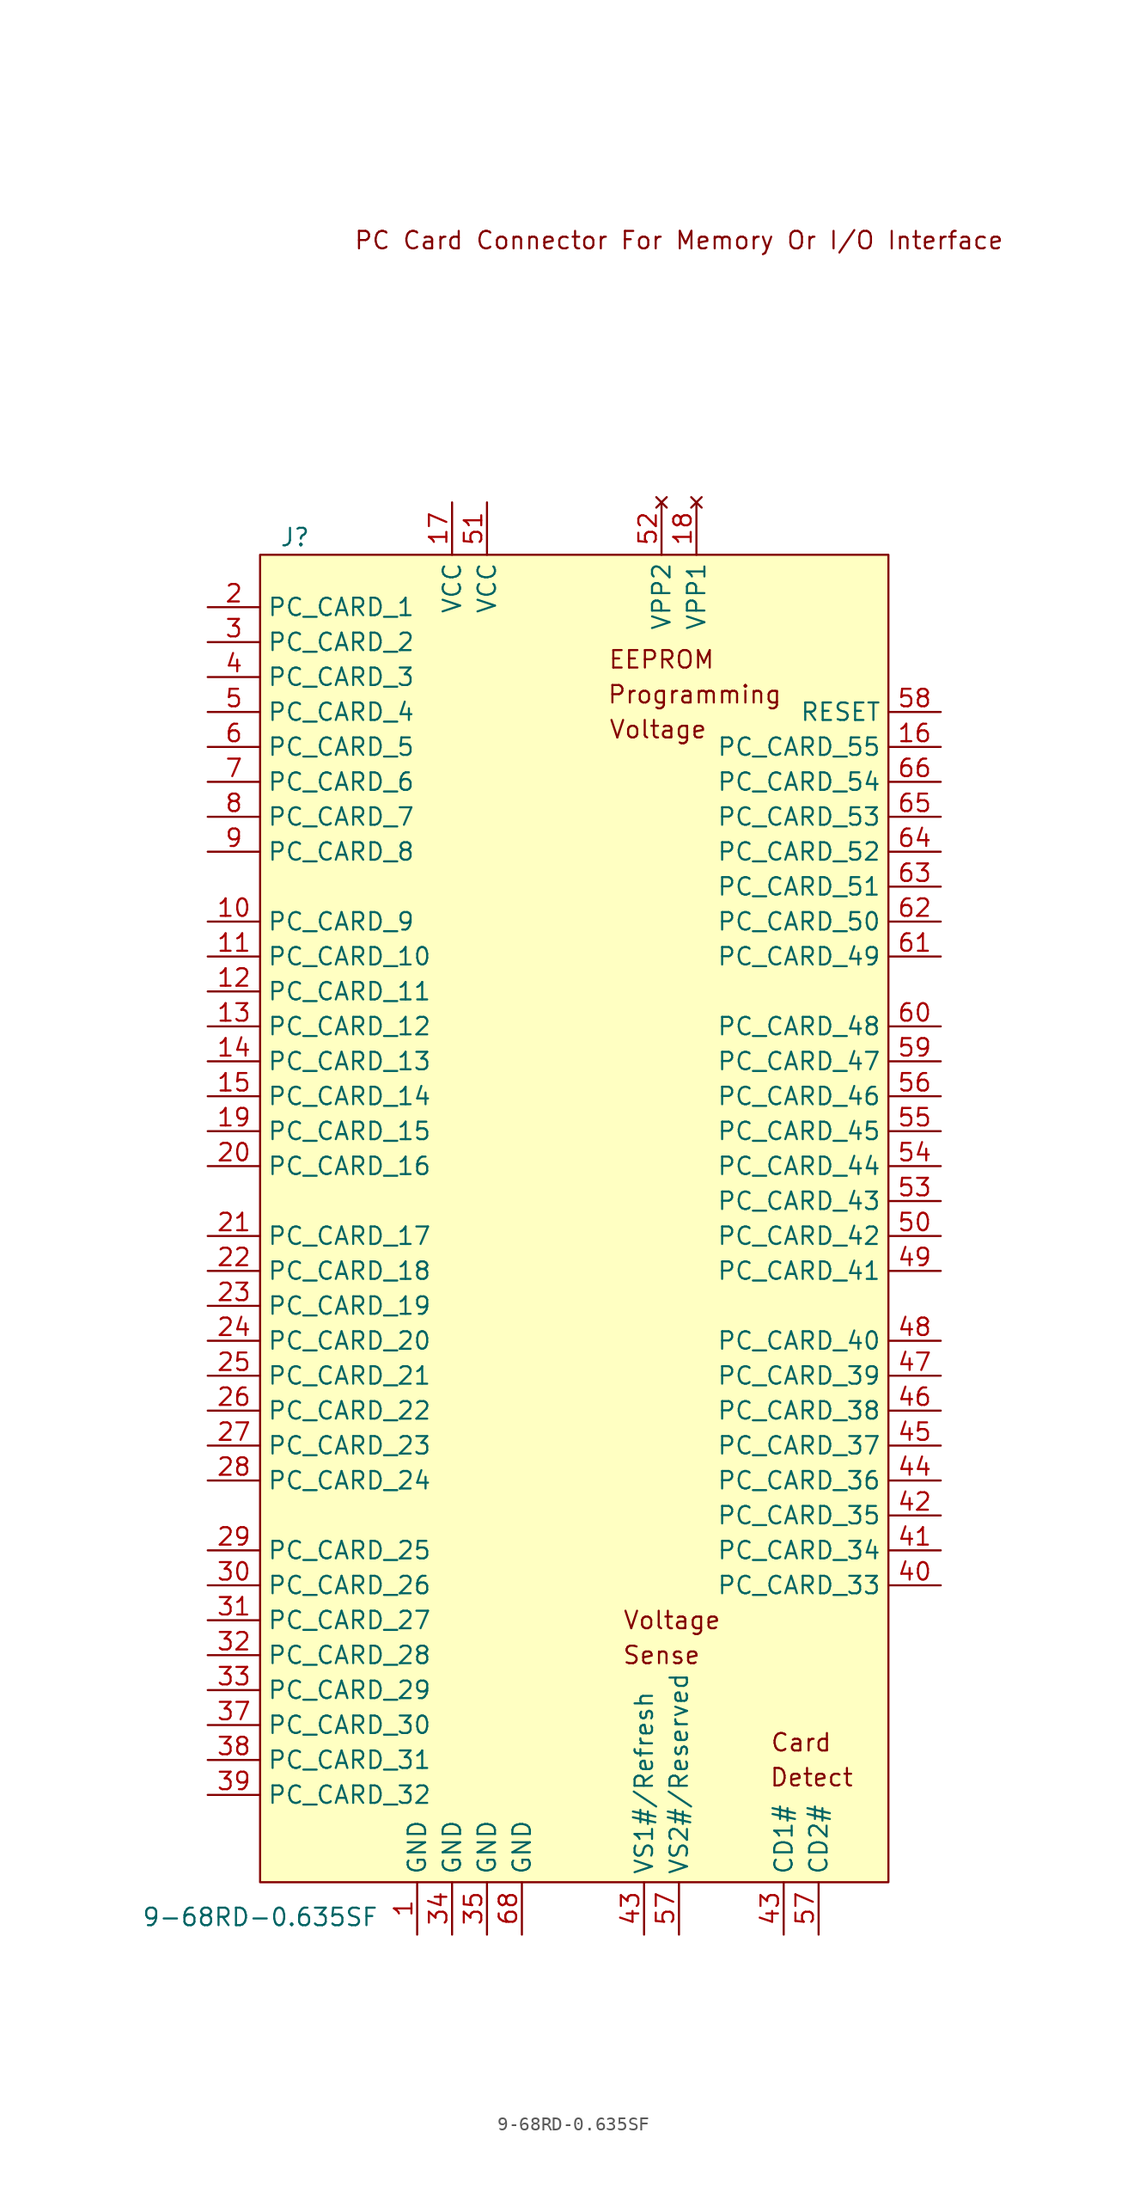
<source format=kicad_sym>
(kicad_symbol_lib
  (version 20211014)
  (generator kicad_symbol_editor)
  (symbol "9-68RD-0.635SF"
    (property "Reference" "J"
      (at -20.32 48.26 0)
      (effects (font (size 1.27 1.27))))
    (property "Value" "9-68RD-0.635SF"
      (at -22.86 -52.07 0)
      (effects (font (size 1.27 1.27))))
    (symbol "9-68RD-0.635SF_0_0"
      (text "Card" (at 16.51 -39.37 0) (effects (font (size 1.27 1.27))))
      (text "Detect" (at 17.272 -41.91 0) (effects (font (size 1.27 1.27))))
      (text "EEPROM" (at 6.35 39.37 0) (effects (font (size 1.27 1.27))))
      (text "PC Card Connector For Memory Or I/O Interface" (at 7.62 69.85 0) (effects (font (size 1.27 1.27))))
      (text "Programming" (at 8.763 36.83 0) (effects (font (size 1.27 1.27))))
      (text "Sense" (at 6.35 -33.02 0) (effects (font (size 1.27 1.27))))
      (text "Voltage" (at 6.096 34.29 0) (effects (font (size 1.27 1.27))))
      (text "Voltage" (at 7.112 -30.48 0) (effects (font (size 1.27 1.27)))))
    (symbol "9-68RD-0.635SF_0_1"
      (rectangle (start -22.86 46.99) (end 22.86 -49.53) (stroke (width 0) (type default) (color 0 0 0 0)) (fill (type background))))
    (symbol "9-68RD-0.635SF_1_1"
      (pin power_in line (at -11.43 -53.34 90) (length 3.81) (name "GND" (effects (font (size 1.27 1.27)))) (number "1" (effects (font (size 1.27 1.27)))))
      (pin bidirectional line (at -26.67 20.32 0) (length 3.81) (name "PC_CARD_9" (effects (font (size 1.27 1.27)))) (number "10" (effects (font (size 1.27 1.27)))))
      (pin bidirectional line (at -26.67 17.78 0) (length 3.81) (name "PC_CARD_10" (effects (font (size 1.27 1.27)))) (number "11" (effects (font (size 1.27 1.27)))))
      (pin bidirectional line (at -26.67 15.24 0) (length 3.81) (name "PC_CARD_11" (effects (font (size 1.27 1.27)))) (number "12" (effects (font (size 1.27 1.27)))))
      (pin bidirectional line (at -26.67 12.7 0) (length 3.81) (name "PC_CARD_12" (effects (font (size 1.27 1.27)))) (number "13" (effects (font (size 1.27 1.27)))))
      (pin bidirectional line (at -26.67 10.16 0) (length 3.81) (name "PC_CARD_13" (effects (font (size 1.27 1.27)))) (number "14" (effects (font (size 1.27 1.27)))))
      (pin bidirectional line (at -26.67 7.62 0) (length 3.81) (name "PC_CARD_14" (effects (font (size 1.27 1.27)))) (number "15" (effects (font (size 1.27 1.27)))))
      (pin bidirectional line (at 26.67 33.02 180) (length 3.81) (name "PC_CARD_55" (effects (font (size 1.27 1.27)))) (number "16" (effects (font (size 1.27 1.27)))))
      (pin power_in line (at -8.89 50.8 270) (length 3.81) (name "VCC" (effects (font (size 1.27 1.27)))) (number "17" (effects (font (size 1.27 1.27)))))
      (pin no_connect line (at 8.89 50.8 270) (length 3.81) (name "VPP1" (effects (font (size 1.27 1.27)))) (number "18" (effects (font (size 1.27 1.27)))))
      (pin bidirectional line (at -26.67 5.08 0) (length 3.81) (name "PC_CARD_15" (effects (font (size 1.27 1.27)))) (number "19" (effects (font (size 1.27 1.27)))))
      (pin bidirectional line (at -26.67 43.18 0) (length 3.81) (name "PC_CARD_1" (effects (font (size 1.27 1.27)))) (number "2" (effects (font (size 1.27 1.27)))))
      (pin bidirectional line (at -26.67 2.54 0) (length 3.81) (name "PC_CARD_16" (effects (font (size 1.27 1.27)))) (number "20" (effects (font (size 1.27 1.27)))))
      (pin bidirectional line (at -26.67 -2.54 0) (length 3.81) (name "PC_CARD_17" (effects (font (size 1.27 1.27)))) (number "21" (effects (font (size 1.27 1.27)))))
      (pin bidirectional line (at -26.67 -5.08 0) (length 3.81) (name "PC_CARD_18" (effects (font (size 1.27 1.27)))) (number "22" (effects (font (size 1.27 1.27)))))
      (pin bidirectional line (at -26.67 -7.62 0) (length 3.81) (name "PC_CARD_19" (effects (font (size 1.27 1.27)))) (number "23" (effects (font (size 1.27 1.27)))))
      (pin bidirectional line (at -26.67 -10.16 0) (length 3.81) (name "PC_CARD_20" (effects (font (size 1.27 1.27)))) (number "24" (effects (font (size 1.27 1.27)))))
      (pin bidirectional line (at -26.67 -12.7 0) (length 3.81) (name "PC_CARD_21" (effects (font (size 1.27 1.27)))) (number "25" (effects (font (size 1.27 1.27)))))
      (pin bidirectional line (at -26.67 -15.24 0) (length 3.81) (name "PC_CARD_22" (effects (font (size 1.27 1.27)))) (number "26" (effects (font (size 1.27 1.27)))))
      (pin bidirectional line (at -26.67 -17.78 0) (length 3.81) (name "PC_CARD_23" (effects (font (size 1.27 1.27)))) (number "27" (effects (font (size 1.27 1.27)))))
      (pin bidirectional line (at -26.67 -20.32 0) (length 3.81) (name "PC_CARD_24" (effects (font (size 1.27 1.27)))) (number "28" (effects (font (size 1.27 1.27)))))
      (pin bidirectional line (at -26.67 -25.4 0) (length 3.81) (name "PC_CARD_25" (effects (font (size 1.27 1.27)))) (number "29" (effects (font (size 1.27 1.27)))))
      (pin bidirectional line (at -26.67 40.64 0) (length 3.81) (name "PC_CARD_2" (effects (font (size 1.27 1.27)))) (number "3" (effects (font (size 1.27 1.27)))))
      (pin bidirectional line (at -26.67 -27.94 0) (length 3.81) (name "PC_CARD_26" (effects (font (size 1.27 1.27)))) (number "30" (effects (font (size 1.27 1.27)))))
      (pin bidirectional line (at -26.67 -30.48 0) (length 3.81) (name "PC_CARD_27" (effects (font (size 1.27 1.27)))) (number "31" (effects (font (size 1.27 1.27)))))
      (pin bidirectional line (at -26.67 -33.02 0) (length 3.81) (name "PC_CARD_28" (effects (font (size 1.27 1.27)))) (number "32" (effects (font (size 1.27 1.27)))))
      (pin bidirectional line (at -26.67 -35.56 0) (length 3.81) (name "PC_CARD_29" (effects (font (size 1.27 1.27)))) (number "33" (effects (font (size 1.27 1.27)))))
      (pin power_in line (at -8.89 -53.34 90) (length 3.81) (name "GND" (effects (font (size 1.27 1.27)))) (number "34" (effects (font (size 1.27 1.27)))))
      (pin power_in line (at -6.35 -53.34 90) (length 3.81) (name "GND" (effects (font (size 1.27 1.27)))) (number "35" (effects (font (size 1.27 1.27)))))
      (pin bidirectional line (at -26.67 -38.1 0) (length 3.81) (name "PC_CARD_30" (effects (font (size 1.27 1.27)))) (number "37" (effects (font (size 1.27 1.27)))))
      (pin bidirectional line (at -26.67 -40.64 0) (length 3.81) (name "PC_CARD_31" (effects (font (size 1.27 1.27)))) (number "38" (effects (font (size 1.27 1.27)))))
      (pin bidirectional line (at -26.67 -43.18 0) (length 3.81) (name "PC_CARD_32" (effects (font (size 1.27 1.27)))) (number "39" (effects (font (size 1.27 1.27)))))
      (pin bidirectional line (at -26.67 38.1 0) (length 3.81) (name "PC_CARD_3" (effects (font (size 1.27 1.27)))) (number "4" (effects (font (size 1.27 1.27)))))
      (pin bidirectional line (at 26.67 -27.94 180) (length 3.81) (name "PC_CARD_33" (effects (font (size 1.27 1.27)))) (number "40" (effects (font (size 1.27 1.27)))))
      (pin bidirectional line (at 26.67 -25.4 180) (length 3.81) (name "PC_CARD_34" (effects (font (size 1.27 1.27)))) (number "41" (effects (font (size 1.27 1.27)))))
      (pin bidirectional line (at 26.67 -22.86 180) (length 3.81) (name "PC_CARD_35" (effects (font (size 1.27 1.27)))) (number "42" (effects (font (size 1.27 1.27)))))
      (pin bidirectional line (at 15.24 -53.34 90) (length 3.81) (name "CD1#" (effects (font (size 1.27 1.27)))) (number "43" (effects (font (size 1.27 1.27)))))
      (pin bidirectional line (at 5.08 -53.34 90) (length 3.81) (name "VS1#/Refresh" (effects (font (size 1.27 1.27)))) (number "43" (effects (font (size 1.27 1.27)))))
      (pin bidirectional line (at 26.67 -20.32 180) (length 3.81) (name "PC_CARD_36" (effects (font (size 1.27 1.27)))) (number "44" (effects (font (size 1.27 1.27)))))
      (pin bidirectional line (at 26.67 -17.78 180) (length 3.81) (name "PC_CARD_37" (effects (font (size 1.27 1.27)))) (number "45" (effects (font (size 1.27 1.27)))))
      (pin bidirectional line (at 26.67 -15.24 180) (length 3.81) (name "PC_CARD_38" (effects (font (size 1.27 1.27)))) (number "46" (effects (font (size 1.27 1.27)))))
      (pin bidirectional line (at 26.67 -12.7 180) (length 3.81) (name "PC_CARD_39" (effects (font (size 1.27 1.27)))) (number "47" (effects (font (size 1.27 1.27)))))
      (pin bidirectional line (at 26.67 -10.16 180) (length 3.81) (name "PC_CARD_40" (effects (font (size 1.27 1.27)))) (number "48" (effects (font (size 1.27 1.27)))))
      (pin bidirectional line (at 26.67 -5.08 180) (length 3.81) (name "PC_CARD_41" (effects (font (size 1.27 1.27)))) (number "49" (effects (font (size 1.27 1.27)))))
      (pin bidirectional line (at -26.67 35.56 0) (length 3.81) (name "PC_CARD_4" (effects (font (size 1.27 1.27)))) (number "5" (effects (font (size 1.27 1.27)))))
      (pin bidirectional line (at 26.67 -2.54 180) (length 3.81) (name "PC_CARD_42" (effects (font (size 1.27 1.27)))) (number "50" (effects (font (size 1.27 1.27)))))
      (pin power_in line (at -6.35 50.8 270) (length 3.81) (name "VCC" (effects (font (size 1.27 1.27)))) (number "51" (effects (font (size 1.27 1.27)))))
      (pin no_connect line (at 6.35 50.8 270) (length 3.81) (name "VPP2" (effects (font (size 1.27 1.27)))) (number "52" (effects (font (size 1.27 1.27)))))
      (pin bidirectional line (at 26.67 0 180) (length 3.81) (name "PC_CARD_43" (effects (font (size 1.27 1.27)))) (number "53" (effects (font (size 1.27 1.27)))))
      (pin bidirectional line (at 26.67 2.54 180) (length 3.81) (name "PC_CARD_44" (effects (font (size 1.27 1.27)))) (number "54" (effects (font (size 1.27 1.27)))))
      (pin bidirectional line (at 26.67 5.08 180) (length 3.81) (name "PC_CARD_45" (effects (font (size 1.27 1.27)))) (number "55" (effects (font (size 1.27 1.27)))))
      (pin bidirectional line (at 26.67 7.62 180) (length 3.81) (name "PC_CARD_46" (effects (font (size 1.27 1.27)))) (number "56" (effects (font (size 1.27 1.27)))))
      (pin bidirectional line (at 17.78 -53.34 90) (length 3.81) (name "CD2#" (effects (font (size 1.27 1.27)))) (number "57" (effects (font (size 1.27 1.27)))))
      (pin bidirectional line (at 7.62 -53.34 90) (length 3.81) (name "VS2#/Reserved" (effects (font (size 1.27 1.27)))) (number "57" (effects (font (size 1.27 1.27)))))
      (pin bidirectional line (at 26.67 35.56 180) (length 3.81) (name "RESET" (effects (font (size 1.27 1.27)))) (number "58" (effects (font (size 1.27 1.27)))))
      (pin bidirectional line (at 26.67 10.16 180) (length 3.81) (name "PC_CARD_47" (effects (font (size 1.27 1.27)))) (number "59" (effects (font (size 1.27 1.27)))))
      (pin bidirectional line (at -26.67 33.02 0) (length 3.81) (name "PC_CARD_5" (effects (font (size 1.27 1.27)))) (number "6" (effects (font (size 1.27 1.27)))))
      (pin bidirectional line (at 26.67 12.7 180) (length 3.81) (name "PC_CARD_48" (effects (font (size 1.27 1.27)))) (number "60" (effects (font (size 1.27 1.27)))))
      (pin bidirectional line (at 26.67 17.78 180) (length 3.81) (name "PC_CARD_49" (effects (font (size 1.27 1.27)))) (number "61" (effects (font (size 1.27 1.27)))))
      (pin bidirectional line (at 26.67 20.32 180) (length 3.81) (name "PC_CARD_50" (effects (font (size 1.27 1.27)))) (number "62" (effects (font (size 1.27 1.27)))))
      (pin bidirectional line (at 26.67 22.86 180) (length 3.81) (name "PC_CARD_51" (effects (font (size 1.27 1.27)))) (number "63" (effects (font (size 1.27 1.27)))))
      (pin bidirectional line (at 26.67 25.4 180) (length 3.81) (name "PC_CARD_52" (effects (font (size 1.27 1.27)))) (number "64" (effects (font (size 1.27 1.27)))))
      (pin bidirectional line (at 26.67 27.94 180) (length 3.81) (name "PC_CARD_53" (effects (font (size 1.27 1.27)))) (number "65" (effects (font (size 1.27 1.27)))))
      (pin bidirectional line (at 26.67 30.48 180) (length 3.81) (name "PC_CARD_54" (effects (font (size 1.27 1.27)))) (number "66" (effects (font (size 1.27 1.27)))))
      (pin power_in line (at -3.81 -53.34 90) (length 3.81) (name "GND" (effects (font (size 1.27 1.27)))) (number "68" (effects (font (size 1.27 1.27)))))
      (pin bidirectional line (at -26.67 30.48 0) (length 3.81) (name "PC_CARD_6" (effects (font (size 1.27 1.27)))) (number "7" (effects (font (size 1.27 1.27)))))
      (pin bidirectional line (at -26.67 27.94 0) (length 3.81) (name "PC_CARD_7" (effects (font (size 1.27 1.27)))) (number "8" (effects (font (size 1.27 1.27)))))
      (pin bidirectional line (at -26.67 25.4 0) (length 3.81) (name "PC_CARD_8" (effects (font (size 1.27 1.27)))) (number "9" (effects (font (size 1.27 1.27))))))))
</source>
